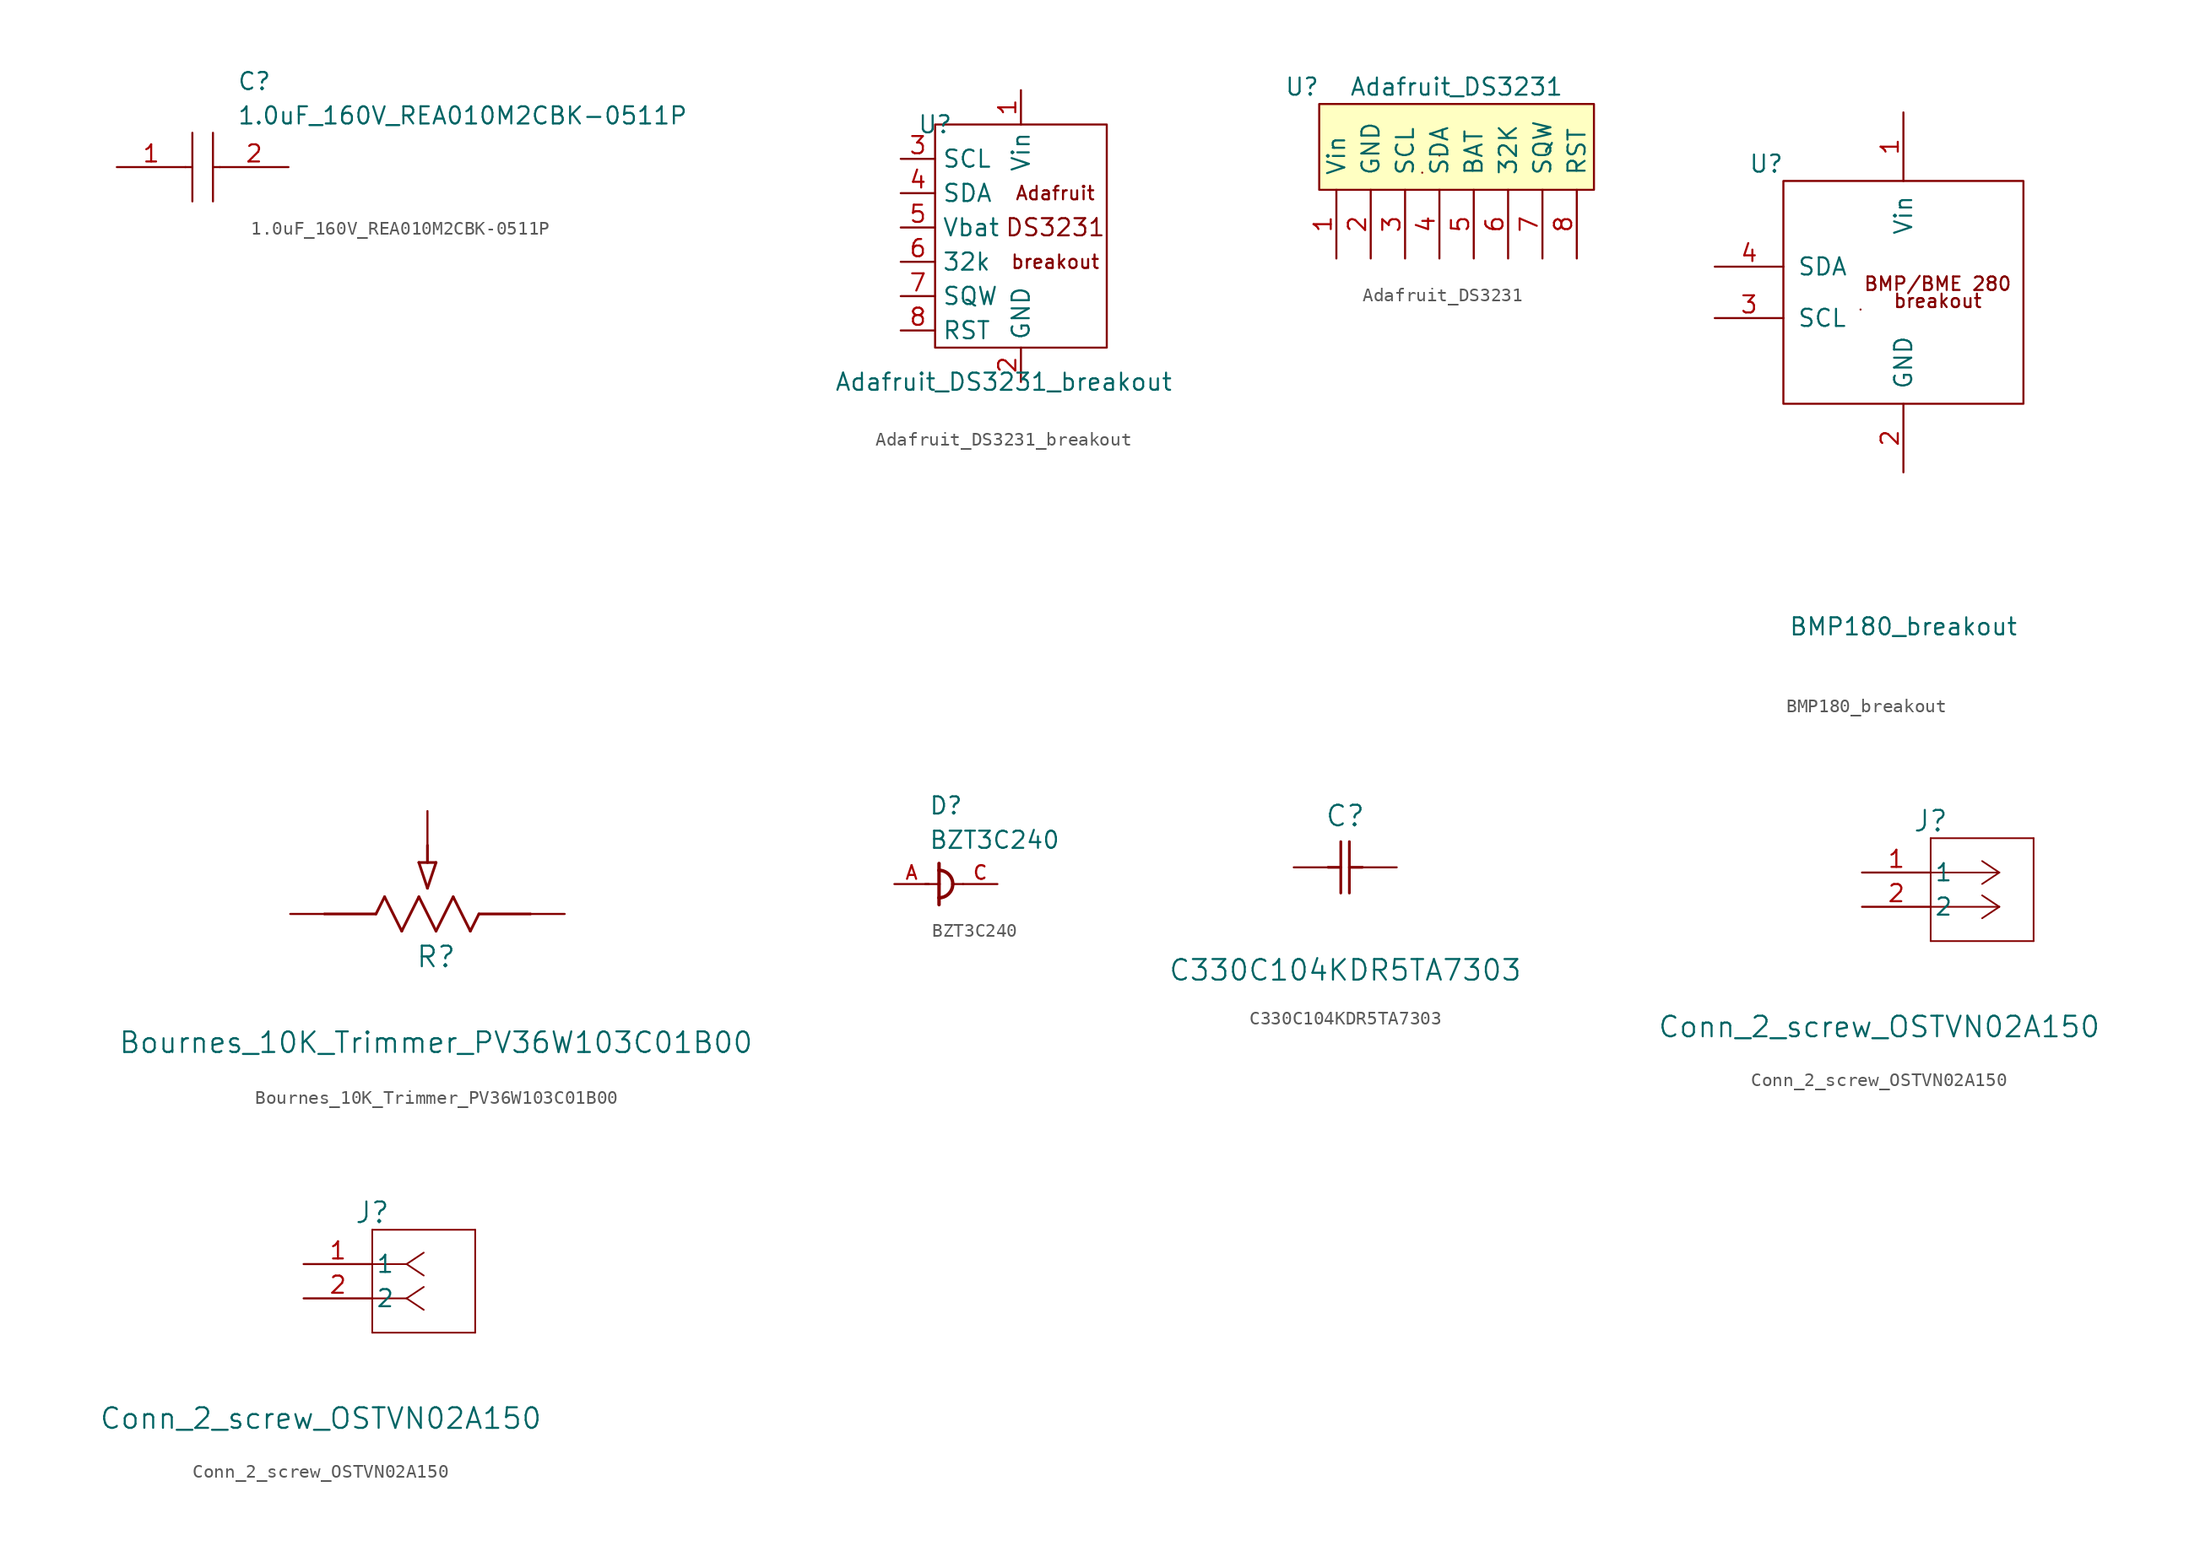
<source format=kicad_sym>
(kicad_symbol_lib
  (version 20220914)
  (generator kicad_symbol_editor)
  (symbol "1.0uF_160V_REA010M2CBK-0511P"
    (pin_names
      (offset 0.762))
    (property "Reference" "C"
      (at 8.89 6.35 0)
      (effects (font (size 1.27 1.27)) (justify left)))
    (property "Value" "1.0uF_160V_REA010M2CBK-0511P"
      (at 8.89 3.81 0)
      (effects (font (size 1.27 1.27)) (justify left)))
    (symbol "1.0uF_160V_REA010M2CBK-0511P_0_0"
      (pin passive line (at 0 0 0) (length 5.08) (name "~" (effects (font (size 1.27 1.27)))) (number "1" (effects (font (size 1.27 1.27)))))
      (pin passive line (at 12.7 0 180) (length 5.08) (name "~" (effects (font (size 1.27 1.27)))) (number "2" (effects (font (size 1.27 1.27))))))
    (symbol "1.0uF_160V_REA010M2CBK-0511P_0_1"
      (polyline (pts (xy 5.08 0) (xy 5.588 0)) (stroke (width 0.152) (type default)) (fill (type none)))
      (polyline (pts (xy 5.588 2.54) (xy 5.588 -2.54)) (stroke (width 0.152) (type default)) (fill (type none)))
      (polyline (pts (xy 7.112 0) (xy 7.62 0)) (stroke (width 0.152) (type default)) (fill (type none)))
      (polyline (pts (xy 7.112 2.54) (xy 7.112 -2.54)) (stroke (width 0.152) (type default)) (fill (type none)))))
  (symbol "Adafruit_DS3231_breakout"
    (property "Reference" "U"
      (at 0 0 0)
      (effects (font (size 1.27 1.27))))
    (property "Value" "Adafruit_DS3231_breakout"
      (at 5.08 -19.05 0)
      (effects (font (size 1.27 1.27))))
    (symbol "Adafruit_DS3231_breakout_0_0"
      (text "Adafruit" (at 8.89 -5.08 0) (effects (font (size 1 1))))
      (text "breakout" (at 8.89 -10.16 0) (effects (font (size 1 1))))
      (text "DS3231" (at 8.89 -7.62 0) (effects (font (size 1.27 1.27)))))
    (symbol "Adafruit_DS3231_breakout_0_1"
      (rectangle (start 0 0) (end 12.7 -16.51) (stroke (width 0) (type default)) (fill (type none))))
    (symbol "Adafruit_DS3231_breakout_1_1"
      (pin power_in line (at 6.35 2.54 270) (length 2.54) (name "Vin" (effects (font (size 1.27 1.27)))) (number "1" (effects (font (size 1.27 1.27)))))
      (pin power_in line (at 6.35 -19.05 90) (length 2.54) (name "GND" (effects (font (size 1.27 1.27)))) (number "2" (effects (font (size 1.27 1.27)))))
      (pin input line (at -2.54 -2.54 0) (length 2.54) (name "SCL" (effects (font (size 1.27 1.27)))) (number "3" (effects (font (size 1.27 1.27)))))
      (pin bidirectional line (at -2.54 -5.08 0) (length 2.54) (name "SDA" (effects (font (size 1.27 1.27)))) (number "4" (effects (font (size 1.27 1.27)))))
      (pin power_in line (at -2.54 -7.62 0) (length 2.54) (name "Vbat" (effects (font (size 1.27 1.27)))) (number "5" (effects (font (size 1.27 1.27)))))
      (pin open_collector line (at -2.54 -10.16 0) (length 2.54) (name "32k" (effects (font (size 1.27 1.27)))) (number "6" (effects (font (size 1.27 1.27)))))
      (pin open_collector line (at -2.54 -12.7 0) (length 2.54) (name "SQW" (effects (font (size 1.27 1.27)))) (number "7" (effects (font (size 1.27 1.27)))))
      (pin input line (at -2.54 -15.24 0) (length 2.54) (name "RST" (effects (font (size 1.27 1.27)))) (number "8" (effects (font (size 1.27 1.27)))))))
  (symbol "Adafruit_DS3231"
    (pin_names
      (offset 1.016))
    (property "Reference" "U"
      (at -8.89 5.08 0)
      (effects (font (size 1.27 1.27))))
    (property "Value" "Adafruit_DS3231"
      (at 2.54 5.08 0)
      (effects (font (size 1.27 1.27))))
    (symbol "Adafruit_DS3231_0_1"
      (rectangle (start 0 -1.27) (end 0 -1.27) (stroke (width 0) (type default)) (fill (type none)))
      (rectangle (start 1.27 0) (end 1.27 0) (stroke (width 0) (type default)) (fill (type none)))
      (rectangle (start 12.7 -2.54) (end -7.62 3.81) (stroke (width 0) (type default)) (fill (type background))))
    (symbol "Adafruit_DS3231_1_1"
      (pin power_in line (at -6.35 -7.62 90) (length 5.08) (name "Vin" (effects (font (size 1.27 1.27)))) (number "1" (effects (font (size 1.27 1.27)))))
      (pin power_in line (at -3.81 -7.62 90) (length 5.08) (name "GND" (effects (font (size 1.27 1.27)))) (number "2" (effects (font (size 1.27 1.27)))))
      (pin input line (at -1.27 -7.62 90) (length 5.08) (name "SCL" (effects (font (size 1.27 1.27)))) (number "3" (effects (font (size 1.27 1.27)))))
      (pin bidirectional line (at 1.27 -7.62 90) (length 5.08) (name "SDA" (effects (font (size 1.27 1.27)))) (number "4" (effects (font (size 1.27 1.27)))))
      (pin power_in line (at 3.81 -7.62 90) (length 5.08) (name "BAT" (effects (font (size 1.27 1.27)))) (number "5" (effects (font (size 1.27 1.27)))))
      (pin output line (at 6.35 -7.62 90) (length 5.08) (name "32K" (effects (font (size 1.27 1.27)))) (number "6" (effects (font (size 1.27 1.27)))))
      (pin output line (at 8.89 -7.62 90) (length 5.08) (name "SQW" (effects (font (size 1.27 1.27)))) (number "7" (effects (font (size 1.27 1.27)))))
      (pin input line (at 11.43 -7.62 90) (length 5.08) (name "RST" (effects (font (size 1.27 1.27)))) (number "8" (effects (font (size 1.27 1.27)))))))
  (symbol "BMP180_breakout"
    (pin_names
      (offset 1.016))
    (property "Reference" "U"
      (at -1.27 1.27 0)
      (effects (font (size 1.27 1.27))))
    (property "Value" "BMP180_breakout"
      (at 8.89 -33.02 0)
      (effects (font (size 1.27 1.27))))
    (symbol "BMP180_breakout_0_0"
      (text "BMP/BME 280" (at 11.43 -7.62 0) (effects (font (size 1 1))))
      (text "breakout" (at 11.43 -8.89 0) (effects (font (size 1 1)))))
    (symbol "BMP180_breakout_0_1"
      (rectangle (start 0 0) (end 17.78 -16.51) (stroke (width 0) (type default)) (fill (type none)))
      (rectangle (start 5.715 -9.525) (end 5.715 -9.525) (stroke (width 0) (type default)) (fill (type none))))
    (symbol "BMP180_breakout_1_1"
      (pin power_in line (at 8.89 5.08 270) (length 5.08) (name "Vin" (effects (font (size 1.27 1.27)))) (number "1" (effects (font (size 1.27 1.27)))))
      (pin power_in line (at 8.89 -21.59 90) (length 5.08) (name "GND" (effects (font (size 1.27 1.27)))) (number "2" (effects (font (size 1.27 1.27)))))
      (pin input line (at -5.08 -10.16 0) (length 5.08) (name "SCL" (effects (font (size 1.27 1.27)))) (number "3" (effects (font (size 1.27 1.27)))))
      (pin bidirectional line (at -5.08 -6.35 0) (length 5.08) (name "SDA" (effects (font (size 1.27 1.27)))) (number "4" (effects (font (size 1.27 1.27)))))))
  (symbol "Bournes_10K_Trimmer_PV36W103C01B00"
    (pin_numbers hide)
    (pin_names
      (offset -1.651) hide)
    (property "Reference" "R"
      (at 10.795 -3.175 0)
      (effects (font (size 1.524 1.524))))
    (property "Value" "Bournes_10K_Trimmer_PV36W103C01B00"
      (at 10.795 -9.525 0)
      (effects (font (size 1.524 1.524))))
    (property "Datasheet" ""
      (at 0 0 0)
      (effects (font (size 1.524 1.524))))
    (property "ki_locked" ""
      (at 0 0 0)
      (effects (font (size 1.27 1.27))))
    (symbol "Bournes_10K_Trimmer_PV36W103C01B00_1_1"
      (polyline (pts (xy 2.54 0) (xy 6.35 0)) (stroke (width 0.203) (type default)) (fill (type none)))
      (polyline (pts (xy 6.35 0) (xy 6.985 1.27)) (stroke (width 0.203) (type default)) (fill (type none)))
      (polyline (pts (xy 6.985 1.27) (xy 8.255 -1.27)) (stroke (width 0.203) (type default)) (fill (type none)))
      (polyline (pts (xy 8.255 -1.27) (xy 9.525 1.27)) (stroke (width 0.203) (type default)) (fill (type none)))
      (polyline (pts (xy 9.525 1.27) (xy 10.795 -1.27)) (stroke (width 0.203) (type default)) (fill (type none)))
      (polyline (pts (xy 9.525 3.81) (xy 10.16 1.905)) (stroke (width 0.203) (type default)) (fill (type none)))
      (polyline (pts (xy 9.525 3.81) (xy 10.795 3.81)) (stroke (width 0.203) (type default)) (fill (type none)))
      (polyline (pts (xy 10.16 3.81) (xy 10.16 5.08)) (stroke (width 0.203) (type default)) (fill (type none)))
      (polyline (pts (xy 10.795 -1.27) (xy 12.065 1.27)) (stroke (width 0.203) (type default)) (fill (type none)))
      (polyline (pts (xy 10.795 3.81) (xy 10.16 1.905)) (stroke (width 0.203) (type default)) (fill (type none)))
      (polyline (pts (xy 12.065 1.27) (xy 13.335 -1.27)) (stroke (width 0.203) (type default)) (fill (type none)))
      (polyline (pts (xy 13.335 -1.27) (xy 13.97 0)) (stroke (width 0.203) (type default)) (fill (type none)))
      (polyline (pts (xy 13.97 0) (xy 17.78 0)) (stroke (width 0.203) (type default)) (fill (type none)))
      (pin passive line (at 0 0 0) (length 2.54) (name "1" (effects (font (size 1.499 1.499)))) (number "1" (effects (font (size 1.499 1.499)))))
      (pin passive line (at 10.16 7.62 270) (length 2.54) (name "2" (effects (font (size 1.499 1.499)))) (number "2" (effects (font (size 1.499 1.499)))))
      (pin passive line (at 20.32 0 180) (length 2.54) (name "3" (effects (font (size 1.499 1.499)))) (number "3" (effects (font (size 1.499 1.499)))))))
  (symbol "BZT3C240"
    (pin_names
      (offset 1.016))
    (property "Reference" "D"
      (at -2.542 5.059 0)
      (effects (font (size 1.27 1.27)) (justify left bottom)))
    (property "Value" "BZT3C240"
      (at -2.543 2.518 0)
      (effects (font (size 1.27 1.27)) (justify left bottom)))
    (symbol "BZT3C240_0_0"
      (arc (start -1.778 -1.016) (mid -1.0596 -0.7184) (end -0.762 0) (stroke (width 0.254) (type default)) (fill (type none)))
      (arc (start -0.762 0) (mid -1.0596 0.7184) (end -1.778 1.016) (stroke (width 0.254) (type default)) (fill (type none)))
      (polyline (pts (xy -2.794 0) (xy -1.778 0)) (stroke (width 0.152) (type default)) (fill (type none)))
      (polyline (pts (xy -1.778 -1.016) (xy -1.778 -1.524)) (stroke (width 0.254) (type default)) (fill (type none)))
      (polyline (pts (xy -1.778 0) (xy -1.778 -1.016)) (stroke (width 0.254) (type default)) (fill (type none)))
      (polyline (pts (xy -1.778 1.016) (xy -1.778 0)) (stroke (width 0.254) (type default)) (fill (type none)))
      (polyline (pts (xy -1.778 1.524) (xy -1.778 1.016)) (stroke (width 0.254) (type default)) (fill (type none)))
      (polyline (pts (xy 0 0) (xy -0.762 0)) (stroke (width 0.152) (type default)) (fill (type none)))
      (pin passive line (at -5.08 0 0) (length 2.54) (name "~" (effects (font (size 1.016 1.016)))) (number "A" (effects (font (size 1.016 1.016)))))
      (pin passive line (at 2.54 0 180) (length 2.54) (name "~" (effects (font (size 1.016 1.016)))) (number "C" (effects (font (size 1.016 1.016)))))))
  (symbol "C330C104KDR5TA7303"
    (pin_numbers hide)
    (pin_names
      (offset 1.651) hide)
    (property "Reference" "C"
      (at 3.81 3.81 0)
      (effects (font (size 1.524 1.524))))
    (property "Value" "C330C104KDR5TA7303"
      (at 3.81 -7.62 0)
      (effects (font (size 1.524 1.524))))
    (property "Datasheet" ""
      (at 0 0 0)
      (effects (font (size 1.524 1.524))))
    (property "ki_locked" ""
      (at 0 0 0)
      (effects (font (size 1.27 1.27))))
    (symbol "C330C104KDR5TA7303_1_1"
      (polyline (pts (xy 2.54 0) (xy 3.48 0)) (stroke (width 0.203) (type default)) (fill (type none)))
      (polyline (pts (xy 3.48 -1.905) (xy 3.48 1.905)) (stroke (width 0.203) (type default)) (fill (type none)))
      (polyline (pts (xy 4.115 -1.905) (xy 4.115 1.905)) (stroke (width 0.203) (type default)) (fill (type none)))
      (polyline (pts (xy 4.115 0) (xy 5.08 0)) (stroke (width 0.203) (type default)) (fill (type none)))
      (pin unspecified line (at 0 0 0) (length 2.54) (name "1" (effects (font (size 1.499 1.499)))) (number "1" (effects (font (size 1.499 1.499)))))
      (pin unspecified line (at 7.62 0 180) (length 2.54) (name "2" (effects (font (size 1.499 1.499)))) (number "2" (effects (font (size 1.499 1.499)))))))
  (symbol "Conn_2_screw_OSTVN02A150"
    (pin_names
      (offset 0.254))
    (property "Reference" "J"
      (at 5.08 3.81 0)
      (effects (font (size 1.524 1.524))))
    (property "Value" "Conn_2_screw_OSTVN02A150"
      (at 1.27 -11.43 0)
      (effects (font (size 1.524 1.524))))
    (property "ki_locked" ""
      (at 0 0 0)
      (effects (font (size 1.27 1.27))))
    (symbol "Conn_2_screw_OSTVN02A150_1_1"
      (polyline (pts (xy 5.08 -5.08) (xy 12.7 -5.08)) (stroke (width 0.127) (type default)) (fill (type none)))
      (polyline (pts (xy 5.08 2.54) (xy 5.08 -5.08)) (stroke (width 0.127) (type default)) (fill (type none)))
      (polyline (pts (xy 10.16 -2.54) (xy 5.08 -2.54)) (stroke (width 0.127) (type default)) (fill (type none)))
      (polyline (pts (xy 10.16 -2.54) (xy 8.89 -3.387)) (stroke (width 0.127) (type default)) (fill (type none)))
      (polyline (pts (xy 10.16 -2.54) (xy 8.89 -1.693)) (stroke (width 0.127) (type default)) (fill (type none)))
      (polyline (pts (xy 10.16 0) (xy 5.08 0)) (stroke (width 0.127) (type default)) (fill (type none)))
      (polyline (pts (xy 10.16 0) (xy 8.89 -0.847)) (stroke (width 0.127) (type default)) (fill (type none)))
      (polyline (pts (xy 10.16 0) (xy 8.89 0.847)) (stroke (width 0.127) (type default)) (fill (type none)))
      (polyline (pts (xy 12.7 -5.08) (xy 12.7 2.54)) (stroke (width 0.127) (type default)) (fill (type none)))
      (polyline (pts (xy 12.7 2.54) (xy 5.08 2.54)) (stroke (width 0.127) (type default)) (fill (type none)))
      (pin passive line (at 0 0 0) (length 5.08) (name "1" (effects (font (size 1.27 1.27)))) (number "1" (effects (font (size 1.27 1.27)))))
      (pin passive line (at 0 -2.54 0) (length 5.08) (name "2" (effects (font (size 1.27 1.27)))) (number "2" (effects (font (size 1.27 1.27))))))
    (symbol "Conn_2_screw_OSTVN02A150_1_2"
      (polyline (pts (xy 5.08 -5.08) (xy 12.7 -5.08)) (stroke (width 0.127) (type default)) (fill (type none)))
      (polyline (pts (xy 5.08 2.54) (xy 5.08 -5.08)) (stroke (width 0.127) (type default)) (fill (type none)))
      (polyline (pts (xy 7.62 -2.54) (xy 5.08 -2.54)) (stroke (width 0.127) (type default)) (fill (type none)))
      (polyline (pts (xy 7.62 -2.54) (xy 8.89 -3.387)) (stroke (width 0.127) (type default)) (fill (type none)))
      (polyline (pts (xy 7.62 -2.54) (xy 8.89 -1.693)) (stroke (width 0.127) (type default)) (fill (type none)))
      (polyline (pts (xy 7.62 0) (xy 5.08 0)) (stroke (width 0.127) (type default)) (fill (type none)))
      (polyline (pts (xy 7.62 0) (xy 8.89 -0.847)) (stroke (width 0.127) (type default)) (fill (type none)))
      (polyline (pts (xy 7.62 0) (xy 8.89 0.847)) (stroke (width 0.127) (type default)) (fill (type none)))
      (polyline (pts (xy 12.7 -5.08) (xy 12.7 2.54)) (stroke (width 0.127) (type default)) (fill (type none)))
      (polyline (pts (xy 12.7 2.54) (xy 5.08 2.54)) (stroke (width 0.127) (type default)) (fill (type none)))
      (pin unspecified line (at 0 0 0) (length 5.08) (name "1" (effects (font (size 1.27 1.27)))) (number "1" (effects (font (size 1.27 1.27)))))
      (pin unspecified line (at 0 -2.54 0) (length 5.08) (name "2" (effects (font (size 1.27 1.27)))) (number "2" (effects (font (size 1.27 1.27))))))))
</source>
